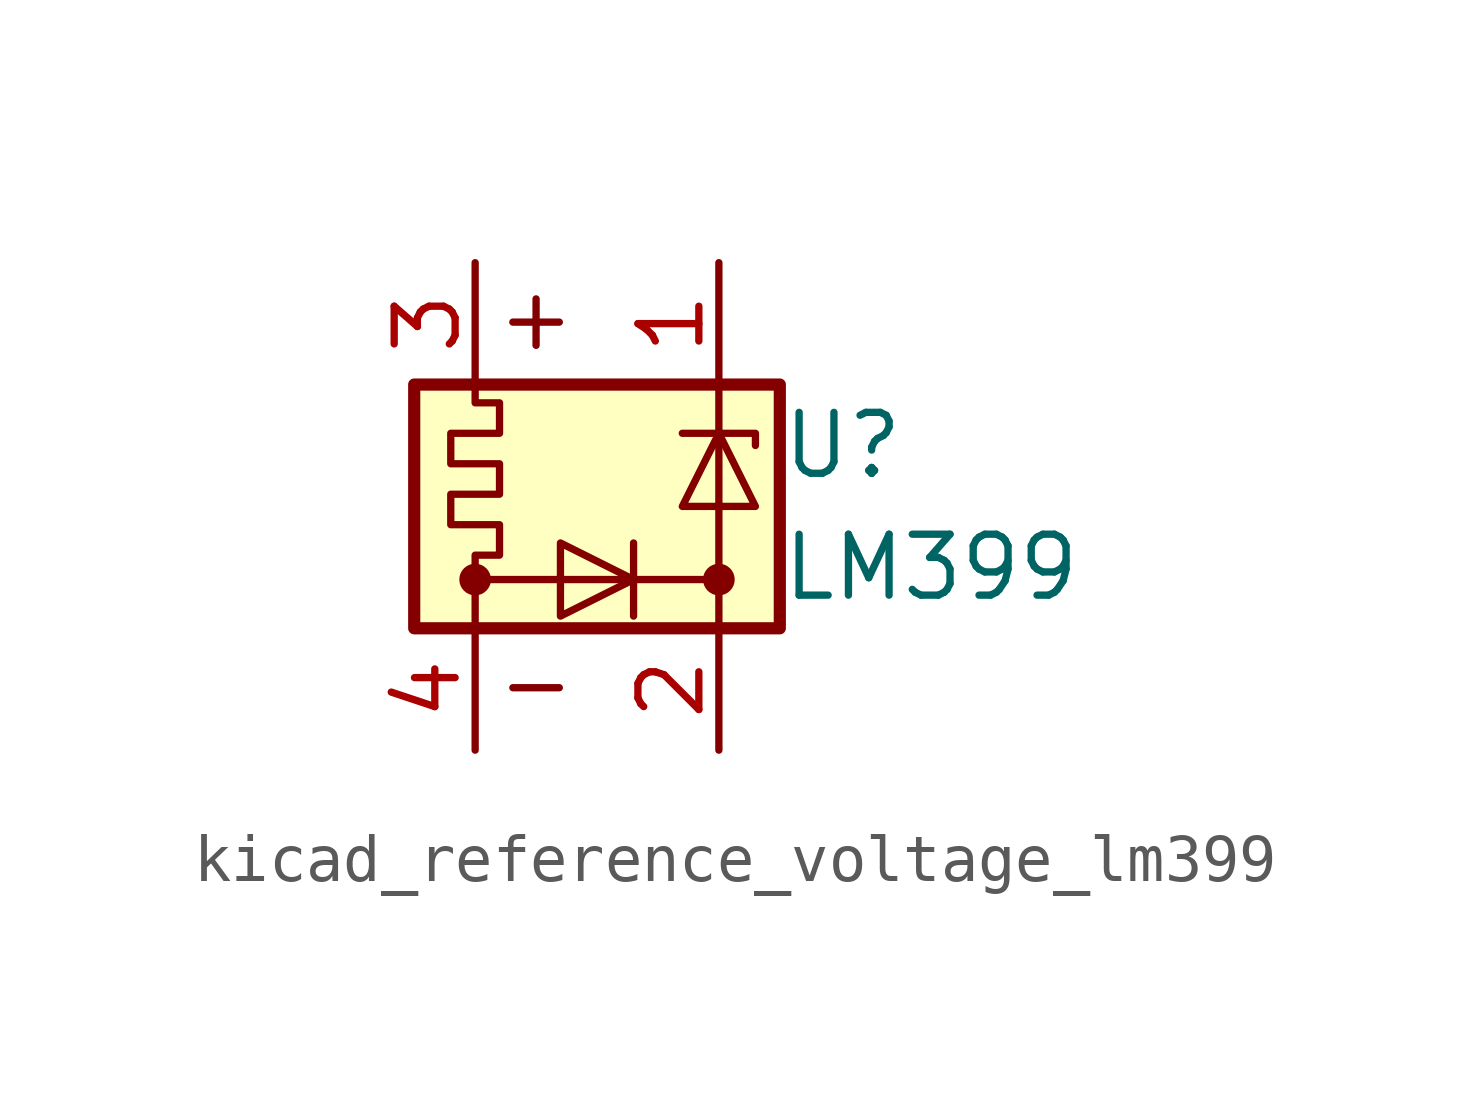
<source format=kicad_sym>
(kicad_symbol_lib
  (version 20220914)
  (generator kicad_symbol_editor)
  (symbol "kicad_reference_voltage_lm399"
    (pin_names
      (offset 1.016) hide)
    (property "Reference" "U"
      (at 3.81 1.27 0)
      (effects (font (size 1.27 1.27)) (justify left)))
    (property "Value" "LM399"
      (at 3.81 -1.27 0)
      (effects (font (size 1.27 1.27)) (justify left)))
    (symbol "kicad_reference_voltage_lm399_0_0"
      (text "+" (at -1.27 3.937 0) (effects (font (size 1.27 1.27)))))
    (symbol "kicad_reference_voltage_lm399_0_1"
      (rectangle (start -3.81 2.54) (end 3.81 -2.54) (stroke (width 0.254) (type default)) (fill (type background)))
      (circle (center -2.54 -1.524) (radius 0.254) (stroke (width 0) (type default)) (fill (type outline)))
      (polyline (pts (xy -2.54 -2.54) (xy -2.54 -1.016) (xy -2.032 -1.016) (xy -2.032 -0.381) (xy -3.048 -0.381) (xy -3.048 0.254) (xy -2.032 0.254) (xy -2.032 0.889) (xy -3.048 0.889) (xy -3.048 1.524) (xy -2.032 1.524) (xy -2.032 2.159) (xy -2.54 2.159) (xy -2.54 2.54)) (stroke (width 0) (type default)) (fill (type none)))
      (circle (center 2.54 -1.524) (radius 0.254) (stroke (width 0) (type default)) (fill (type outline))))
    (symbol "kicad_reference_voltage_lm399_1_1"
      (polyline (pts (xy 2.54 -1.524) (xy -2.54 -1.524)) (stroke (width 0) (type default)) (fill (type none)))
      (polyline (pts (xy 2.54 2.54) (xy 2.54 -2.54)) (stroke (width 0) (type default)) (fill (type none)))
      (polyline (pts (xy 0.762 -0.762) (xy 0.762 -1.524) (xy 0.762 -2.286)) (stroke (width 0) (type default)) (fill (type none)))
      (polyline (pts (xy 1.778 1.524) (xy 3.302 1.524) (xy 3.302 1.27)) (stroke (width 0) (type default)) (fill (type none)))
      (polyline (pts (xy -0.762 -0.762) (xy -0.762 -2.286) (xy 0.762 -1.524) (xy -0.762 -0.762)) (stroke (width 0) (type default)) (fill (type none)))
      (polyline (pts (xy 1.778 0) (xy 3.302 0) (xy 2.54 1.524) (xy 1.778 0)) (stroke (width 0) (type default)) (fill (type none)))
      (text "-" (at -1.27 -3.683 0) (effects (font (size 1.27 1.27))))
      (pin passive line (at 2.54 5.08 270) (length 2.54) (name "~" (effects (font (size 1.27 1.27)))) (number "1" (effects (font (size 1.27 1.27)))))
      (pin passive line (at 2.54 -5.08 90) (length 2.54) (name "~" (effects (font (size 1.27 1.27)))) (number "2" (effects (font (size 1.27 1.27)))))
      (pin power_in line (at -2.54 5.08 270) (length 2.54) (name "~" (effects (font (size 1.27 1.27)))) (number "3" (effects (font (size 1.27 1.27)))))
      (pin power_in line (at -2.54 -5.08 90) (length 2.54) (name "~" (effects (font (size 1.27 1.27)))) (number "4" (effects (font (size 1.27 1.27))))))))
</source>
